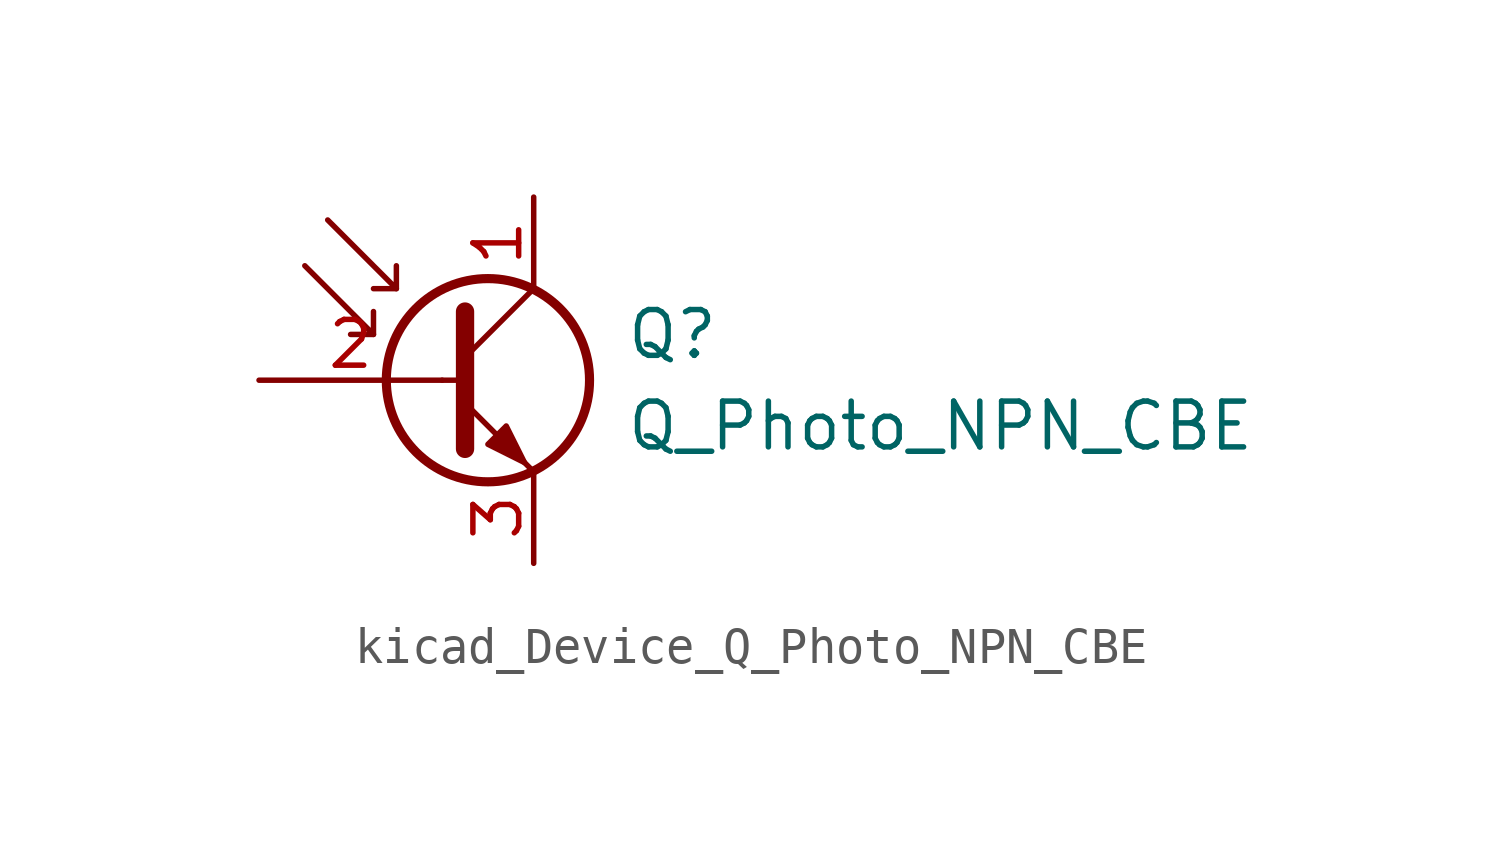
<source format=kicad_sym>
(kicad_symbol_lib
  (version 20220914)
  (generator kicad_symbol_editor)
  (symbol "kicad_Device_Q_Photo_NPN_CBE"
    (pin_names
      (offset 0) hide)
    (property "Reference" "Q"
      (at 5.08 1.27 0)
      (effects (font (size 1.27 1.27)) (justify left)))
    (property "Value" "Q_Photo_NPN_CBE"
      (at 5.08 -1.27 0)
      (effects (font (size 1.27 1.27)) (justify left)))
    (symbol "kicad_Device_Q_Photo_NPN_CBE_0_1"
      (polyline (pts (xy -1.905 1.27) (xy -2.54 1.27)) (stroke (width 0) (type default)) (fill (type none)))
      (polyline (pts (xy -1.27 2.54) (xy -1.905 2.54)) (stroke (width 0) (type default)) (fill (type none)))
      (polyline (pts (xy 0 0) (xy 0.635 0)) (stroke (width 0) (type default)) (fill (type none)))
      (polyline (pts (xy 0.635 0.635) (xy 2.54 2.54)) (stroke (width 0) (type default)) (fill (type none)))
      (polyline (pts (xy -3.81 3.175) (xy -1.905 1.27) (xy -1.905 1.905)) (stroke (width 0) (type default)) (fill (type none)))
      (polyline (pts (xy -3.175 4.445) (xy -1.27 2.54) (xy -1.27 3.175)) (stroke (width 0) (type default)) (fill (type none)))
      (polyline (pts (xy 0.635 -0.635) (xy 2.54 -2.54) (xy 2.54 -2.54)) (stroke (width 0) (type default)) (fill (type none)))
      (polyline (pts (xy 0.635 1.905) (xy 0.635 -1.905) (xy 0.635 -1.905)) (stroke (width 0.508) (type default)) (fill (type none)))
      (polyline (pts (xy 1.27 -1.778) (xy 1.778 -1.27) (xy 2.286 -2.286) (xy 1.27 -1.778) (xy 1.27 -1.778)) (stroke (width 0) (type default)) (fill (type outline)))
      (circle (center 1.27 0) (radius 2.819) (stroke (width 0.254) (type default)) (fill (type none))))
    (symbol "kicad_Device_Q_Photo_NPN_CBE_1_1"
      (pin passive line (at 2.54 5.08 270) (length 2.54) (name "C" (effects (font (size 1.27 1.27)))) (number "1" (effects (font (size 1.27 1.27)))))
      (pin input line (at -5.08 0 0) (length 5.08) (name "B" (effects (font (size 1.27 1.27)))) (number "2" (effects (font (size 1.27 1.27)))))
      (pin passive line (at 2.54 -5.08 90) (length 2.54) (name "E" (effects (font (size 1.27 1.27)))) (number "3" (effects (font (size 1.27 1.27))))))))
</source>
